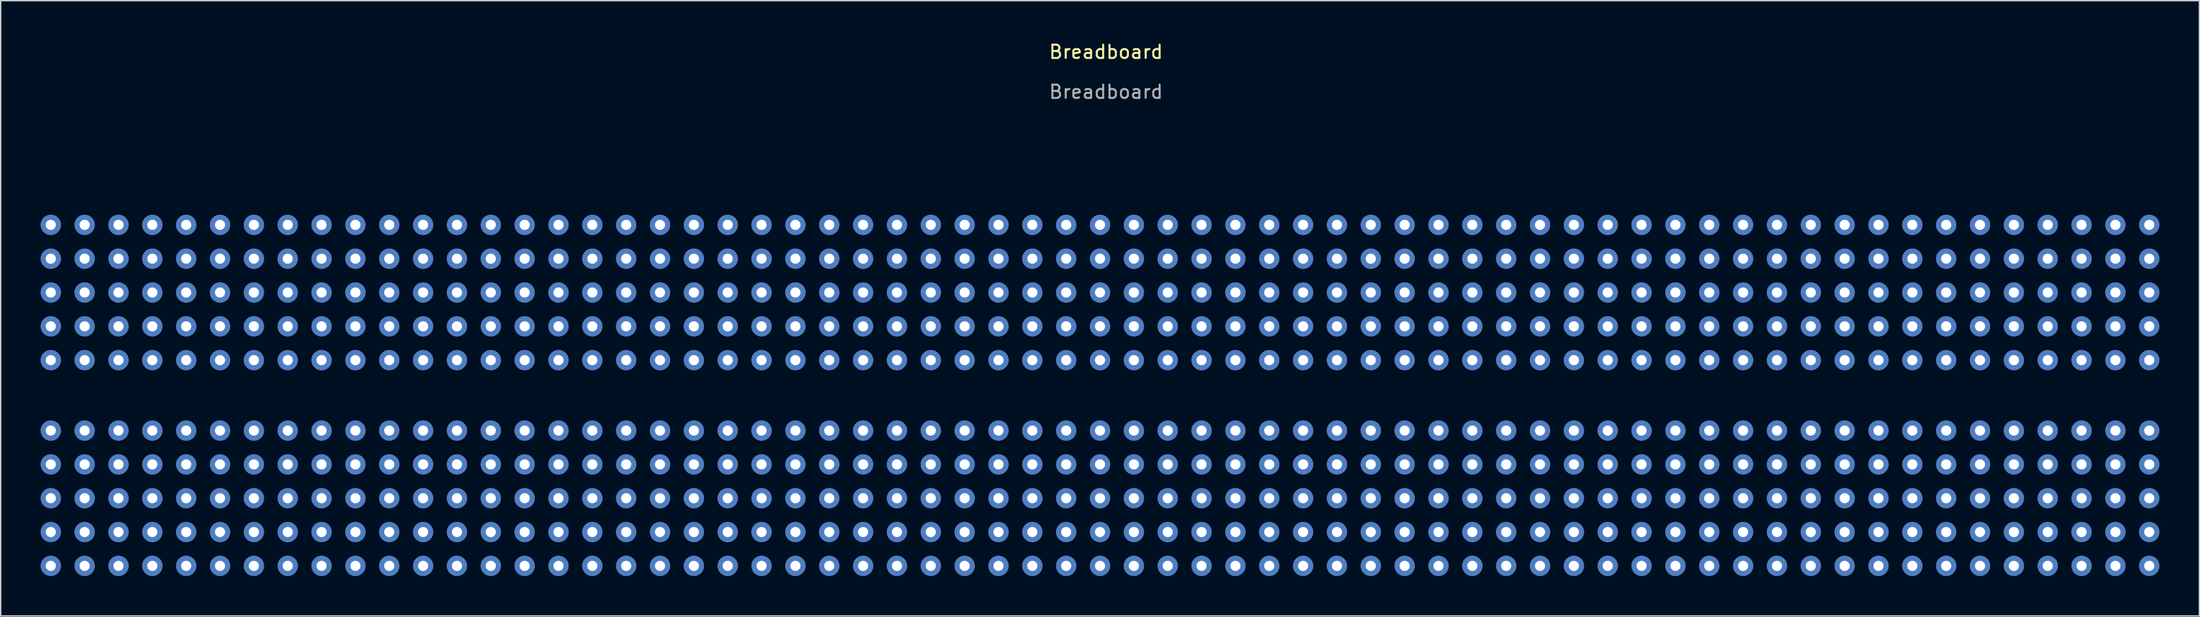
<source format=kicad_pcb>
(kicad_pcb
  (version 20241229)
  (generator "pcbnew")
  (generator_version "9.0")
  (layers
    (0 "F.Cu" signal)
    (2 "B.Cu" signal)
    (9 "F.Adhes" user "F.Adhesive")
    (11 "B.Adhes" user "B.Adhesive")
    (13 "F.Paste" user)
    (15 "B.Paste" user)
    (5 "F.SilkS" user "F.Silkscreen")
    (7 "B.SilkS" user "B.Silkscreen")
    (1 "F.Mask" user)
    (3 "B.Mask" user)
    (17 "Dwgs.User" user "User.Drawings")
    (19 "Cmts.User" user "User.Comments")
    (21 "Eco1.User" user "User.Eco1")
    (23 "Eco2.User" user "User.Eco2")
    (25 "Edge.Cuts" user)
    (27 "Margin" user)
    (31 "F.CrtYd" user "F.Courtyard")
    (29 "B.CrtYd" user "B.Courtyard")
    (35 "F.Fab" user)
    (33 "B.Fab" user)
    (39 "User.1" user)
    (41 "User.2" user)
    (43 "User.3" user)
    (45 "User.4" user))
  (footprint "Breadboard"
    (layer "F.Cu")
    (at 79.952 1.348)
    (property "Reference" "Breadboard" (at 0 -0.5 0) (unlocked yes) (layer "F.SilkS") (effects (font (size 1 1) (thickness 0.15))))
    (attr through_hole)
    (fp_text user "${REFERENCE}" (at 0 2.5 0) (unlocked yes) (layer "F.Fab") (effects (font (size 1 1) (thickness 0.15))))
    (pad "1" thru_hole circle (at -79.19 12.49) (size 1.524 1.524) (drill 0.762) (layers "*.Cu" "*.Mask"))
    (pad "1" thru_hole circle (at -79.19 27.94) (size 1.524 1.524) (drill 0.762) (layers "*.Cu" "*.Mask"))
    (pad "2" thru_hole circle (at -76.65 12.49) (size 1.524 1.524) (drill 0.762) (layers "*.Cu" "*.Mask"))
    (pad "2" thru_hole circle (at -76.65 27.94) (size 1.524 1.524) (drill 0.762) (layers "*.Cu" "*.Mask"))
    (pad "3" thru_hole circle (at -74.11 12.49) (size 1.524 1.524) (drill 0.762) (layers "*.Cu" "*.Mask"))
    (pad "3" thru_hole circle (at -74.11 27.94) (size 1.524 1.524) (drill 0.762) (layers "*.Cu" "*.Mask"))
    (pad "4" thru_hole circle (at -71.57 12.49) (size 1.524 1.524) (drill 0.762) (layers "*.Cu" "*.Mask"))
    (pad "4" thru_hole circle (at -71.57 27.94) (size 1.524 1.524) (drill 0.762) (layers "*.Cu" "*.Mask"))
    (pad "5" thru_hole circle (at -69.03 12.49) (size 1.524 1.524) (drill 0.762) (layers "*.Cu" "*.Mask"))
    (pad "5" thru_hole circle (at -69.03 27.94) (size 1.524 1.524) (drill 0.762) (layers "*.Cu" "*.Mask"))
    (pad "6" thru_hole circle (at -66.49 12.49) (size 1.524 1.524) (drill 0.762) (layers "*.Cu" "*.Mask"))
    (pad "6" thru_hole circle (at -66.49 27.94) (size 1.524 1.524) (drill 0.762) (layers "*.Cu" "*.Mask"))
    (pad "7" thru_hole circle (at -63.95 12.49) (size 1.524 1.524) (drill 0.762) (layers "*.Cu" "*.Mask"))
    (pad "7" thru_hole circle (at -63.95 27.94) (size 1.524 1.524) (drill 0.762) (layers "*.Cu" "*.Mask"))
    (pad "8" thru_hole circle (at -61.41 12.49) (size 1.524 1.524) (drill 0.762) (layers "*.Cu" "*.Mask"))
    (pad "8" thru_hole circle (at -61.41 27.94) (size 1.524 1.524) (drill 0.762) (layers "*.Cu" "*.Mask"))
    (pad "9" thru_hole circle (at -58.87 12.49) (size 1.524 1.524) (drill 0.762) (layers "*.Cu" "*.Mask"))
    (pad "9" thru_hole circle (at -58.87 27.94) (size 1.524 1.524) (drill 0.762) (layers "*.Cu" "*.Mask"))
    (pad "10" thru_hole circle (at -56.33 12.49) (size 1.524 1.524) (drill 0.762) (layers "*.Cu" "*.Mask"))
    (pad "10" thru_hole circle (at -56.33 27.94) (size 1.524 1.524) (drill 0.762) (layers "*.Cu" "*.Mask"))
    (pad "11" thru_hole circle (at -53.79 12.49) (size 1.524 1.524) (drill 0.762) (layers "*.Cu" "*.Mask"))
    (pad "11" thru_hole circle (at -53.79 27.94) (size 1.524 1.524) (drill 0.762) (layers "*.Cu" "*.Mask"))
    (pad "12" thru_hole circle (at -51.25 12.49) (size 1.524 1.524) (drill 0.762) (layers "*.Cu" "*.Mask"))
    (pad "12" thru_hole circle (at -51.25 27.94) (size 1.524 1.524) (drill 0.762) (layers "*.Cu" "*.Mask"))
    (pad "13" thru_hole circle (at -48.71 12.49) (size 1.524 1.524) (drill 0.762) (layers "*.Cu" "*.Mask"))
    (pad "13" thru_hole circle (at -48.71 27.94) (size 1.524 1.524) (drill 0.762) (layers "*.Cu" "*.Mask"))
    (pad "14" thru_hole circle (at -46.17 12.49) (size 1.524 1.524) (drill 0.762) (layers "*.Cu" "*.Mask"))
    (pad "14" thru_hole circle (at -46.17 27.94) (size 1.524 1.524) (drill 0.762) (layers "*.Cu" "*.Mask"))
    (pad "15" thru_hole circle (at -43.63 12.49) (size 1.524 1.524) (drill 0.762) (layers "*.Cu" "*.Mask"))
    (pad "15" thru_hole circle (at -43.63 27.94) (size 1.524 1.524) (drill 0.762) (layers "*.Cu" "*.Mask"))
    (pad "16" thru_hole circle (at -41.09 12.49) (size 1.524 1.524) (drill 0.762) (layers "*.Cu" "*.Mask"))
    (pad "16" thru_hole circle (at -41.09 27.94) (size 1.524 1.524) (drill 0.762) (layers "*.Cu" "*.Mask"))
    (pad "17" thru_hole circle (at -38.55 12.49) (size 1.524 1.524) (drill 0.762) (layers "*.Cu" "*.Mask"))
    (pad "17" thru_hole circle (at -38.55 27.94) (size 1.524 1.524) (drill 0.762) (layers "*.Cu" "*.Mask"))
    (pad "18" thru_hole circle (at -36.01 12.49) (size 1.524 1.524) (drill 0.762) (layers "*.Cu" "*.Mask"))
    (pad "18" thru_hole circle (at -36.01 27.94) (size 1.524 1.524) (drill 0.762) (layers "*.Cu" "*.Mask"))
    (pad "19" thru_hole circle (at -33.47 12.49) (size 1.524 1.524) (drill 0.762) (layers "*.Cu" "*.Mask"))
    (pad "19" thru_hole circle (at -33.47 27.94) (size 1.524 1.524) (drill 0.762) (layers "*.Cu" "*.Mask"))
    (pad "20" thru_hole circle (at -30.93 12.49) (size 1.524 1.524) (drill 0.762) (layers "*.Cu" "*.Mask"))
    (pad "20" thru_hole circle (at -30.93 27.94) (size 1.524 1.524) (drill 0.762) (layers "*.Cu" "*.Mask"))
    (pad "21" thru_hole circle (at -28.39 12.49) (size 1.524 1.524) (drill 0.762) (layers "*.Cu" "*.Mask"))
    (pad "21" thru_hole circle (at -28.39 27.94) (size 1.524 1.524) (drill 0.762) (layers "*.Cu" "*.Mask"))
    (pad "22" thru_hole circle (at -25.85 12.49) (size 1.524 1.524) (drill 0.762) (layers "*.Cu" "*.Mask"))
    (pad "22" thru_hole circle (at -25.85 27.94) (size 1.524 1.524) (drill 0.762) (layers "*.Cu" "*.Mask"))
    (pad "23" thru_hole circle (at -23.31 12.49) (size 1.524 1.524) (drill 0.762) (layers "*.Cu" "*.Mask"))
    (pad "23" thru_hole circle (at -23.31 27.94) (size 1.524 1.524) (drill 0.762) (layers "*.Cu" "*.Mask"))
    (pad "24" thru_hole circle (at -20.77 12.49) (size 1.524 1.524) (drill 0.762) (layers "*.Cu" "*.Mask"))
    (pad "24" thru_hole circle (at -20.77 27.94) (size 1.524 1.524) (drill 0.762) (layers "*.Cu" "*.Mask"))
    (pad "25" thru_hole circle (at -18.23 12.49) (size 1.524 1.524) (drill 0.762) (layers "*.Cu" "*.Mask"))
    (pad "25" thru_hole circle (at -18.23 27.94) (size 1.524 1.524) (drill 0.762) (layers "*.Cu" "*.Mask"))
    (pad "26" thru_hole circle (at -15.69 12.49) (size 1.524 1.524) (drill 0.762) (layers "*.Cu" "*.Mask"))
    (pad "26" thru_hole circle (at -15.69 27.94) (size 1.524 1.524) (drill 0.762) (layers "*.Cu" "*.Mask"))
    (pad "27" thru_hole circle (at -13.15 12.49) (size 1.524 1.524) (drill 0.762) (layers "*.Cu" "*.Mask"))
    (pad "27" thru_hole circle (at -13.15 27.94) (size 1.524 1.524) (drill 0.762) (layers "*.Cu" "*.Mask"))
    (pad "28" thru_hole circle (at -10.61 12.49) (size 1.524 1.524) (drill 0.762) (layers "*.Cu" "*.Mask"))
    (pad "28" thru_hole circle (at -10.61 27.94) (size 1.524 1.524) (drill 0.762) (layers "*.Cu" "*.Mask"))
    (pad "29" thru_hole circle (at -8.07 12.49) (size 1.524 1.524) (drill 0.762) (layers "*.Cu" "*.Mask"))
    (pad "29" thru_hole circle (at -8.07 27.94) (size 1.524 1.524) (drill 0.762) (layers "*.Cu" "*.Mask"))
    (pad "30" thru_hole circle (at -5.53 12.49) (size 1.524 1.524) (drill 0.762) (layers "*.Cu" "*.Mask"))
    (pad "30" thru_hole circle (at -5.53 27.94) (size 1.524 1.524) (drill 0.762) (layers "*.Cu" "*.Mask"))
    (pad "31" thru_hole circle (at -2.99 12.49) (size 1.524 1.524) (drill 0.762) (layers "*.Cu" "*.Mask"))
    (pad "31" thru_hole circle (at -2.99 27.94) (size 1.524 1.524) (drill 0.762) (layers "*.Cu" "*.Mask"))
    (pad "32" thru_hole circle (at -0.45 12.49) (size 1.524 1.524) (drill 0.762) (layers "*.Cu" "*.Mask"))
    (pad "32" thru_hole circle (at -0.45 27.94) (size 1.524 1.524) (drill 0.762) (layers "*.Cu" "*.Mask"))
    (pad "33" thru_hole circle (at 2.09 12.49) (size 1.524 1.524) (drill 0.762) (layers "*.Cu" "*.Mask"))
    (pad "33" thru_hole circle (at 2.09 27.94) (size 1.524 1.524) (drill 0.762) (layers "*.Cu" "*.Mask"))
    (pad "34" thru_hole circle (at 4.63 12.49) (size 1.524 1.524) (drill 0.762) (layers "*.Cu" "*.Mask"))
    (pad "34" thru_hole circle (at 4.63 27.94) (size 1.524 1.524) (drill 0.762) (layers "*.Cu" "*.Mask"))
    (pad "35" thru_hole circle (at 7.17 12.49) (size 1.524 1.524) (drill 0.762) (layers "*.Cu" "*.Mask"))
    (pad "35" thru_hole circle (at 7.17 27.94) (size 1.524 1.524) (drill 0.762) (layers "*.Cu" "*.Mask"))
    (pad "36" thru_hole circle (at 9.71 12.49) (size 1.524 1.524) (drill 0.762) (layers "*.Cu" "*.Mask"))
    (pad "36" thru_hole circle (at 9.71 27.94) (size 1.524 1.524) (drill 0.762) (layers "*.Cu" "*.Mask"))
    (pad "37" thru_hole circle (at 12.25 12.49) (size 1.524 1.524) (drill 0.762) (layers "*.Cu" "*.Mask"))
    (pad "37" thru_hole circle (at 12.25 27.94) (size 1.524 1.524) (drill 0.762) (layers "*.Cu" "*.Mask"))
    (pad "38" thru_hole circle (at 14.79 12.49) (size 1.524 1.524) (drill 0.762) (layers "*.Cu" "*.Mask"))
    (pad "38" thru_hole circle (at 14.79 27.94) (size 1.524 1.524) (drill 0.762) (layers "*.Cu" "*.Mask"))
    (pad "39" thru_hole circle (at 17.33 12.49) (size 1.524 1.524) (drill 0.762) (layers "*.Cu" "*.Mask"))
    (pad "39" thru_hole circle (at 17.33 27.94) (size 1.524 1.524) (drill 0.762) (layers "*.Cu" "*.Mask"))
    (pad "40" thru_hole circle (at 19.87 12.49) (size 1.524 1.524) (drill 0.762) (layers "*.Cu" "*.Mask"))
    (pad "40" thru_hole circle (at 19.87 27.94) (size 1.524 1.524) (drill 0.762) (layers "*.Cu" "*.Mask"))
    (pad "41" thru_hole circle (at 22.41 12.49) (size 1.524 1.524) (drill 0.762) (layers "*.Cu" "*.Mask"))
    (pad "41" thru_hole circle (at 22.41 27.94) (size 1.524 1.524) (drill 0.762) (layers "*.Cu" "*.Mask"))
    (pad "42" thru_hole circle (at 24.95 12.49) (size 1.524 1.524) (drill 0.762) (layers "*.Cu" "*.Mask"))
    (pad "42" thru_hole circle (at 24.95 27.94) (size 1.524 1.524) (drill 0.762) (layers "*.Cu" "*.Mask"))
    (pad "43" thru_hole circle (at 27.49 12.49) (size 1.524 1.524) (drill 0.762) (layers "*.Cu" "*.Mask"))
    (pad "43" thru_hole circle (at 27.49 27.94) (size 1.524 1.524) (drill 0.762) (layers "*.Cu" "*.Mask"))
    (pad "44" thru_hole circle (at 30.03 12.49) (size 1.524 1.524) (drill 0.762) (layers "*.Cu" "*.Mask"))
    (pad "44" thru_hole circle (at 30.03 27.94) (size 1.524 1.524) (drill 0.762) (layers "*.Cu" "*.Mask"))
    (pad "45" thru_hole circle (at 32.57 12.49) (size 1.524 1.524) (drill 0.762) (layers "*.Cu" "*.Mask"))
    (pad "45" thru_hole circle (at 32.57 27.94) (size 1.524 1.524) (drill 0.762) (layers "*.Cu" "*.Mask"))
    (pad "46" thru_hole circle (at 35.11 12.49) (size 1.524 1.524) (drill 0.762) (layers "*.Cu" "*.Mask"))
    (pad "46" thru_hole circle (at 35.11 27.94) (size 1.524 1.524) (drill 0.762) (layers "*.Cu" "*.Mask"))
    (pad "47" thru_hole circle (at 37.65 12.49) (size 1.524 1.524) (drill 0.762) (layers "*.Cu" "*.Mask"))
    (pad "47" thru_hole circle (at 37.65 27.94) (size 1.524 1.524) (drill 0.762) (layers "*.Cu" "*.Mask"))
    (pad "48" thru_hole circle (at 40.19 12.49) (size 1.524 1.524) (drill 0.762) (layers "*.Cu" "*.Mask"))
    (pad "48" thru_hole circle (at 40.19 27.94) (size 1.524 1.524) (drill 0.762) (layers "*.Cu" "*.Mask"))
    (pad "49" thru_hole circle (at 42.73 12.49) (size 1.524 1.524) (drill 0.762) (layers "*.Cu" "*.Mask"))
    (pad "49" thru_hole circle (at 42.73 27.94) (size 1.524 1.524) (drill 0.762) (layers "*.Cu" "*.Mask"))
    (pad "50" thru_hole circle (at 45.27 12.49) (size 1.524 1.524) (drill 0.762) (layers "*.Cu" "*.Mask"))
    (pad "50" thru_hole circle (at 45.27 27.94) (size 1.524 1.524) (drill 0.762) (layers "*.Cu" "*.Mask"))
    (pad "51" thru_hole circle (at 47.81 12.49) (size 1.524 1.524) (drill 0.762) (layers "*.Cu" "*.Mask"))
    (pad "51" thru_hole circle (at 47.81 27.94) (size 1.524 1.524) (drill 0.762) (layers "*.Cu" "*.Mask"))
    (pad "52" thru_hole circle (at 50.35 12.49) (size 1.524 1.524) (drill 0.762) (layers "*.Cu" "*.Mask"))
    (pad "52" thru_hole circle (at 50.35 27.94) (size 1.524 1.524) (drill 0.762) (layers "*.Cu" "*.Mask"))
    (pad "53" thru_hole circle (at 52.89 12.49) (size 1.524 1.524) (drill 0.762) (layers "*.Cu" "*.Mask"))
    (pad "53" thru_hole circle (at 52.89 27.94) (size 1.524 1.524) (drill 0.762) (layers "*.Cu" "*.Mask"))
    (pad "54" thru_hole circle (at 55.43 12.49) (size 1.524 1.524) (drill 0.762) (layers "*.Cu" "*.Mask"))
    (pad "54" thru_hole circle (at 55.43 27.94) (size 1.524 1.524) (drill 0.762) (layers "*.Cu" "*.Mask"))
    (pad "55" thru_hole circle (at 57.97 12.49) (size 1.524 1.524) (drill 0.762) (layers "*.Cu" "*.Mask"))
    (pad "55" thru_hole circle (at 57.97 27.94) (size 1.524 1.524) (drill 0.762) (layers "*.Cu" "*.Mask"))
    (pad "56" thru_hole circle (at 60.51 12.49) (size 1.524 1.524) (drill 0.762) (layers "*.Cu" "*.Mask"))
    (pad "56" thru_hole circle (at 60.51 27.94) (size 1.524 1.524) (drill 0.762) (layers "*.Cu" "*.Mask"))
    (pad "57" thru_hole circle (at 63.05 12.49) (size 1.524 1.524) (drill 0.762) (layers "*.Cu" "*.Mask"))
    (pad "57" thru_hole circle (at 63.05 27.94) (size 1.524 1.524) (drill 0.762) (layers "*.Cu" "*.Mask"))
    (pad "58" thru_hole circle (at 65.59 12.49) (size 1.524 1.524) (drill 0.762) (layers "*.Cu" "*.Mask"))
    (pad "58" thru_hole circle (at 65.59 27.94) (size 1.524 1.524) (drill 0.762) (layers "*.Cu" "*.Mask"))
    (pad "59" thru_hole circle (at 68.13 12.49) (size 1.524 1.524) (drill 0.762) (layers "*.Cu" "*.Mask"))
    (pad "59" thru_hole circle (at 68.13 27.94) (size 1.524 1.524) (drill 0.762) (layers "*.Cu" "*.Mask"))
    (pad "60" thru_hole circle (at 70.67 12.49) (size 1.524 1.524) (drill 0.762) (layers "*.Cu" "*.Mask"))
    (pad "60" thru_hole circle (at 70.67 27.94) (size 1.524 1.524) (drill 0.762) (layers "*.Cu" "*.Mask"))
    (pad "61" thru_hole circle (at 73.21 12.49) (size 1.524 1.524) (drill 0.762) (layers "*.Cu" "*.Mask"))
    (pad "61" thru_hole circle (at 73.21 27.94) (size 1.524 1.524) (drill 0.762) (layers "*.Cu" "*.Mask"))
    (pad "62" thru_hole circle (at 75.75 12.49) (size 1.524 1.524) (drill 0.762) (layers "*.Cu" "*.Mask"))
    (pad "62" thru_hole circle (at 75.75 27.94) (size 1.524 1.524) (drill 0.762) (layers "*.Cu" "*.Mask"))
    (pad "63" thru_hole circle (at 78.29 12.49) (size 1.524 1.524) (drill 0.762) (layers "*.Cu" "*.Mask"))
    (pad "63" thru_hole circle (at 78.29 27.94) (size 1.524 1.524) (drill 0.762) (layers "*.Cu" "*.Mask"))
    (pad "64" thru_hole circle (at -79.19 15.03) (size 1.524 1.524) (drill 0.762) (layers "*.Cu" "*.Mask"))
    (pad "64" thru_hole circle (at -79.19 30.48) (size 1.524 1.524) (drill 0.762) (layers "*.Cu" "*.Mask"))
    (pad "65" thru_hole circle (at -76.65 15.03) (size 1.524 1.524) (drill 0.762) (layers "*.Cu" "*.Mask"))
    (pad "65" thru_hole circle (at -76.65 30.48) (size 1.524 1.524) (drill 0.762) (layers "*.Cu" "*.Mask"))
    (pad "66" thru_hole circle (at -74.11 15.03) (size 1.524 1.524) (drill 0.762) (layers "*.Cu" "*.Mask"))
    (pad "66" thru_hole circle (at -74.11 30.48) (size 1.524 1.524) (drill 0.762) (layers "*.Cu" "*.Mask"))
    (pad "67" thru_hole circle (at -71.57 15.03) (size 1.524 1.524) (drill 0.762) (layers "*.Cu" "*.Mask"))
    (pad "67" thru_hole circle (at -71.57 30.48) (size 1.524 1.524) (drill 0.762) (layers "*.Cu" "*.Mask"))
    (pad "68" thru_hole circle (at -69.03 15.03) (size 1.524 1.524) (drill 0.762) (layers "*.Cu" "*.Mask"))
    (pad "68" thru_hole circle (at -69.03 30.48) (size 1.524 1.524) (drill 0.762) (layers "*.Cu" "*.Mask"))
    (pad "69" thru_hole circle (at -66.49 15.03) (size 1.524 1.524) (drill 0.762) (layers "*.Cu" "*.Mask"))
    (pad "69" thru_hole circle (at -66.49 30.48) (size 1.524 1.524) (drill 0.762) (layers "*.Cu" "*.Mask"))
    (pad "70" thru_hole circle (at -63.95 15.03) (size 1.524 1.524) (drill 0.762) (layers "*.Cu" "*.Mask"))
    (pad "70" thru_hole circle (at -63.95 30.48) (size 1.524 1.524) (drill 0.762) (layers "*.Cu" "*.Mask"))
    (pad "71" thru_hole circle (at -61.41 15.03) (size 1.524 1.524) (drill 0.762) (layers "*.Cu" "*.Mask"))
    (pad "71" thru_hole circle (at -61.41 30.48) (size 1.524 1.524) (drill 0.762) (layers "*.Cu" "*.Mask"))
    (pad "72" thru_hole circle (at -58.87 15.03) (size 1.524 1.524) (drill 0.762) (layers "*.Cu" "*.Mask"))
    (pad "72" thru_hole circle (at -58.87 30.48) (size 1.524 1.524) (drill 0.762) (layers "*.Cu" "*.Mask"))
    (pad "73" thru_hole circle (at -56.33 15.03) (size 1.524 1.524) (drill 0.762) (layers "*.Cu" "*.Mask"))
    (pad "73" thru_hole circle (at -56.33 30.48) (size 1.524 1.524) (drill 0.762) (layers "*.Cu" "*.Mask"))
    (pad "74" thru_hole circle (at -53.79 15.03) (size 1.524 1.524) (drill 0.762) (layers "*.Cu" "*.Mask"))
    (pad "74" thru_hole circle (at -53.79 30.48) (size 1.524 1.524) (drill 0.762) (layers "*.Cu" "*.Mask"))
    (pad "75" thru_hole circle (at -51.25 15.03) (size 1.524 1.524) (drill 0.762) (layers "*.Cu" "*.Mask"))
    (pad "75" thru_hole circle (at -51.25 30.48) (size 1.524 1.524) (drill 0.762) (layers "*.Cu" "*.Mask"))
    (pad "76" thru_hole circle (at -48.71 15.03) (size 1.524 1.524) (drill 0.762) (layers "*.Cu" "*.Mask"))
    (pad "76" thru_hole circle (at -48.71 30.48) (size 1.524 1.524) (drill 0.762) (layers "*.Cu" "*.Mask"))
    (pad "77" thru_hole circle (at -46.17 15.03) (size 1.524 1.524) (drill 0.762) (layers "*.Cu" "*.Mask"))
    (pad "77" thru_hole circle (at -46.17 30.48) (size 1.524 1.524) (drill 0.762) (layers "*.Cu" "*.Mask"))
    (pad "78" thru_hole circle (at -43.63 15.03) (size 1.524 1.524) (drill 0.762) (layers "*.Cu" "*.Mask"))
    (pad "78" thru_hole circle (at -43.63 30.48) (size 1.524 1.524) (drill 0.762) (layers "*.Cu" "*.Mask"))
    (pad "79" thru_hole circle (at -41.09 15.03) (size 1.524 1.524) (drill 0.762) (layers "*.Cu" "*.Mask"))
    (pad "79" thru_hole circle (at -41.09 30.48) (size 1.524 1.524) (drill 0.762) (layers "*.Cu" "*.Mask"))
    (pad "80" thru_hole circle (at -38.55 15.03) (size 1.524 1.524) (drill 0.762) (layers "*.Cu" "*.Mask"))
    (pad "80" thru_hole circle (at -38.55 30.48) (size 1.524 1.524) (drill 0.762) (layers "*.Cu" "*.Mask"))
    (pad "81" thru_hole circle (at -36.01 15.03) (size 1.524 1.524) (drill 0.762) (layers "*.Cu" "*.Mask"))
    (pad "81" thru_hole circle (at -36.01 30.48) (size 1.524 1.524) (drill 0.762) (layers "*.Cu" "*.Mask"))
    (pad "82" thru_hole circle (at -33.47 15.03) (size 1.524 1.524) (drill 0.762) (layers "*.Cu" "*.Mask"))
    (pad "82" thru_hole circle (at -33.47 30.48) (size 1.524 1.524) (drill 0.762) (layers "*.Cu" "*.Mask"))
    (pad "83" thru_hole circle (at -30.93 15.03) (size 1.524 1.524) (drill 0.762) (layers "*.Cu" "*.Mask"))
    (pad "83" thru_hole circle (at -30.93 30.48) (size 1.524 1.524) (drill 0.762) (layers "*.Cu" "*.Mask"))
    (pad "84" thru_hole circle (at -28.39 15.03) (size 1.524 1.524) (drill 0.762) (layers "*.Cu" "*.Mask"))
    (pad "84" thru_hole circle (at -28.39 30.48) (size 1.524 1.524) (drill 0.762) (layers "*.Cu" "*.Mask"))
    (pad "85" thru_hole circle (at -25.85 15.03) (size 1.524 1.524) (drill 0.762) (layers "*.Cu" "*.Mask"))
    (pad "85" thru_hole circle (at -25.85 30.48) (size 1.524 1.524) (drill 0.762) (layers "*.Cu" "*.Mask"))
    (pad "86" thru_hole circle (at -23.31 15.03) (size 1.524 1.524) (drill 0.762) (layers "*.Cu" "*.Mask"))
    (pad "86" thru_hole circle (at -23.31 30.48) (size 1.524 1.524) (drill 0.762) (layers "*.Cu" "*.Mask"))
    (pad "87" thru_hole circle (at -20.77 15.03) (size 1.524 1.524) (drill 0.762) (layers "*.Cu" "*.Mask"))
    (pad "87" thru_hole circle (at -20.77 30.48) (size 1.524 1.524) (drill 0.762) (layers "*.Cu" "*.Mask"))
    (pad "88" thru_hole circle (at -18.23 15.03) (size 1.524 1.524) (drill 0.762) (layers "*.Cu" "*.Mask"))
    (pad "88" thru_hole circle (at -18.23 30.48) (size 1.524 1.524) (drill 0.762) (layers "*.Cu" "*.Mask"))
    (pad "89" thru_hole circle (at -15.69 15.03) (size 1.524 1.524) (drill 0.762) (layers "*.Cu" "*.Mask"))
    (pad "89" thru_hole circle (at -15.69 30.48) (size 1.524 1.524) (drill 0.762) (layers "*.Cu" "*.Mask"))
    (pad "90" thru_hole circle (at -13.15 15.03) (size 1.524 1.524) (drill 0.762) (layers "*.Cu" "*.Mask"))
    (pad "90" thru_hole circle (at -13.15 30.48) (size 1.524 1.524) (drill 0.762) (layers "*.Cu" "*.Mask"))
    (pad "91" thru_hole circle (at -10.61 15.03) (size 1.524 1.524) (drill 0.762) (layers "*.Cu" "*.Mask"))
    (pad "91" thru_hole circle (at -10.61 30.48) (size 1.524 1.524) (drill 0.762) (layers "*.Cu" "*.Mask"))
    (pad "92" thru_hole circle (at -8.07 15.03) (size 1.524 1.524) (drill 0.762) (layers "*.Cu" "*.Mask"))
    (pad "92" thru_hole circle (at -8.07 30.48) (size 1.524 1.524) (drill 0.762) (layers "*.Cu" "*.Mask"))
    (pad "93" thru_hole circle (at -5.53 15.03) (size 1.524 1.524) (drill 0.762) (layers "*.Cu" "*.Mask"))
    (pad "93" thru_hole circle (at -5.53 30.48) (size 1.524 1.524) (drill 0.762) (layers "*.Cu" "*.Mask"))
    (pad "94" thru_hole circle (at -2.99 15.03) (size 1.524 1.524) (drill 0.762) (layers "*.Cu" "*.Mask"))
    (pad "94" thru_hole circle (at -2.99 30.48) (size 1.524 1.524) (drill 0.762) (layers "*.Cu" "*.Mask"))
    (pad "95" thru_hole circle (at -0.45 15.03) (size 1.524 1.524) (drill 0.762) (layers "*.Cu" "*.Mask"))
    (pad "95" thru_hole circle (at -0.45 30.48) (size 1.524 1.524) (drill 0.762) (layers "*.Cu" "*.Mask"))
    (pad "96" thru_hole circle (at 2.09 15.03) (size 1.524 1.524) (drill 0.762) (layers "*.Cu" "*.Mask"))
    (pad "96" thru_hole circle (at 2.09 30.48) (size 1.524 1.524) (drill 0.762) (layers "*.Cu" "*.Mask"))
    (pad "97" thru_hole circle (at 4.63 15.03) (size 1.524 1.524) (drill 0.762) (layers "*.Cu" "*.Mask"))
    (pad "97" thru_hole circle (at 4.63 30.48) (size 1.524 1.524) (drill 0.762) (layers "*.Cu" "*.Mask"))
    (pad "98" thru_hole circle (at 7.17 15.03) (size 1.524 1.524) (drill 0.762) (layers "*.Cu" "*.Mask"))
    (pad "98" thru_hole circle (at 7.17 30.48) (size 1.524 1.524) (drill 0.762) (layers "*.Cu" "*.Mask"))
    (pad "99" thru_hole circle (at 9.71 15.03) (size 1.524 1.524) (drill 0.762) (layers "*.Cu" "*.Mask"))
    (pad "99" thru_hole circle (at 9.71 30.48) (size 1.524 1.524) (drill 0.762) (layers "*.Cu" "*.Mask"))
    (pad "100" thru_hole circle (at 12.25 15.03) (size 1.524 1.524) (drill 0.762) (layers "*.Cu" "*.Mask"))
    (pad "100" thru_hole circle (at 12.25 30.48) (size 1.524 1.524) (drill 0.762) (layers "*.Cu" "*.Mask"))
    (pad "101" thru_hole circle (at 14.79 15.03) (size 1.524 1.524) (drill 0.762) (layers "*.Cu" "*.Mask"))
    (pad "101" thru_hole circle (at 14.79 30.48) (size 1.524 1.524) (drill 0.762) (layers "*.Cu" "*.Mask"))
    (pad "102" thru_hole circle (at 17.33 15.03) (size 1.524 1.524) (drill 0.762) (layers "*.Cu" "*.Mask"))
    (pad "102" thru_hole circle (at 17.33 30.48) (size 1.524 1.524) (drill 0.762) (layers "*.Cu" "*.Mask"))
    (pad "103" thru_hole circle (at 19.87 15.03) (size 1.524 1.524) (drill 0.762) (layers "*.Cu" "*.Mask"))
    (pad "103" thru_hole circle (at 19.87 30.48) (size 1.524 1.524) (drill 0.762) (layers "*.Cu" "*.Mask"))
    (pad "104" thru_hole circle (at 22.41 15.03) (size 1.524 1.524) (drill 0.762) (layers "*.Cu" "*.Mask"))
    (pad "104" thru_hole circle (at 22.41 30.48) (size 1.524 1.524) (drill 0.762) (layers "*.Cu" "*.Mask"))
    (pad "105" thru_hole circle (at 24.95 15.03) (size 1.524 1.524) (drill 0.762) (layers "*.Cu" "*.Mask"))
    (pad "105" thru_hole circle (at 24.95 30.48) (size 1.524 1.524) (drill 0.762) (layers "*.Cu" "*.Mask"))
    (pad "106" thru_hole circle (at 27.49 15.03) (size 1.524 1.524) (drill 0.762) (layers "*.Cu" "*.Mask"))
    (pad "106" thru_hole circle (at 27.49 30.48) (size 1.524 1.524) (drill 0.762) (layers "*.Cu" "*.Mask"))
    (pad "107" thru_hole circle (at 30.03 15.03) (size 1.524 1.524) (drill 0.762) (layers "*.Cu" "*.Mask"))
    (pad "107" thru_hole circle (at 30.03 30.48) (size 1.524 1.524) (drill 0.762) (layers "*.Cu" "*.Mask"))
    (pad "108" thru_hole circle (at 32.57 15.03) (size 1.524 1.524) (drill 0.762) (layers "*.Cu" "*.Mask"))
    (pad "108" thru_hole circle (at 32.57 30.48) (size 1.524 1.524) (drill 0.762) (layers "*.Cu" "*.Mask"))
    (pad "109" thru_hole circle (at 35.11 15.03) (size 1.524 1.524) (drill 0.762) (layers "*.Cu" "*.Mask"))
    (pad "109" thru_hole circle (at 35.11 30.48) (size 1.524 1.524) (drill 0.762) (layers "*.Cu" "*.Mask"))
    (pad "110" thru_hole circle (at 37.65 15.03) (size 1.524 1.524) (drill 0.762) (layers "*.Cu" "*.Mask"))
    (pad "110" thru_hole circle (at 37.65 30.48) (size 1.524 1.524) (drill 0.762) (layers "*.Cu" "*.Mask"))
    (pad "111" thru_hole circle (at 40.19 15.03) (size 1.524 1.524) (drill 0.762) (layers "*.Cu" "*.Mask"))
    (pad "111" thru_hole circle (at 40.19 30.48) (size 1.524 1.524) (drill 0.762) (layers "*.Cu" "*.Mask"))
    (pad "112" thru_hole circle (at 42.73 15.03) (size 1.524 1.524) (drill 0.762) (layers "*.Cu" "*.Mask"))
    (pad "112" thru_hole circle (at 42.73 30.48) (size 1.524 1.524) (drill 0.762) (layers "*.Cu" "*.Mask"))
    (pad "113" thru_hole circle (at 45.27 15.03) (size 1.524 1.524) (drill 0.762) (layers "*.Cu" "*.Mask"))
    (pad "113" thru_hole circle (at 45.27 30.48) (size 1.524 1.524) (drill 0.762) (layers "*.Cu" "*.Mask"))
    (pad "114" thru_hole circle (at 47.81 15.03) (size 1.524 1.524) (drill 0.762) (layers "*.Cu" "*.Mask"))
    (pad "114" thru_hole circle (at 47.81 30.48) (size 1.524 1.524) (drill 0.762) (layers "*.Cu" "*.Mask"))
    (pad "115" thru_hole circle (at 50.35 15.03) (size 1.524 1.524) (drill 0.762) (layers "*.Cu" "*.Mask"))
    (pad "115" thru_hole circle (at 50.35 30.48) (size 1.524 1.524) (drill 0.762) (layers "*.Cu" "*.Mask"))
    (pad "116" thru_hole circle (at 52.89 15.03) (size 1.524 1.524) (drill 0.762) (layers "*.Cu" "*.Mask"))
    (pad "116" thru_hole circle (at 52.89 30.48) (size 1.524 1.524) (drill 0.762) (layers "*.Cu" "*.Mask"))
    (pad "117" thru_hole circle (at 55.43 15.03) (size 1.524 1.524) (drill 0.762) (layers "*.Cu" "*.Mask"))
    (pad "117" thru_hole circle (at 55.43 30.48) (size 1.524 1.524) (drill 0.762) (layers "*.Cu" "*.Mask"))
    (pad "118" thru_hole circle (at 57.97 15.03) (size 1.524 1.524) (drill 0.762) (layers "*.Cu" "*.Mask"))
    (pad "118" thru_hole circle (at 57.97 30.48) (size 1.524 1.524) (drill 0.762) (layers "*.Cu" "*.Mask"))
    (pad "119" thru_hole circle (at 60.51 15.03) (size 1.524 1.524) (drill 0.762) (layers "*.Cu" "*.Mask"))
    (pad "119" thru_hole circle (at 60.51 30.48) (size 1.524 1.524) (drill 0.762) (layers "*.Cu" "*.Mask"))
    (pad "120" thru_hole circle (at 63.05 15.03) (size 1.524 1.524) (drill 0.762) (layers "*.Cu" "*.Mask"))
    (pad "120" thru_hole circle (at 63.05 30.48) (size 1.524 1.524) (drill 0.762) (layers "*.Cu" "*.Mask"))
    (pad "121" thru_hole circle (at 65.59 15.03) (size 1.524 1.524) (drill 0.762) (layers "*.Cu" "*.Mask"))
    (pad "121" thru_hole circle (at 65.59 30.48) (size 1.524 1.524) (drill 0.762) (layers "*.Cu" "*.Mask"))
    (pad "122" thru_hole circle (at 68.13 15.03) (size 1.524 1.524) (drill 0.762) (layers "*.Cu" "*.Mask"))
    (pad "122" thru_hole circle (at 68.13 30.48) (size 1.524 1.524) (drill 0.762) (layers "*.Cu" "*.Mask"))
    (pad "123" thru_hole circle (at 70.67 15.03) (size 1.524 1.524) (drill 0.762) (layers "*.Cu" "*.Mask"))
    (pad "123" thru_hole circle (at 70.67 30.48) (size 1.524 1.524) (drill 0.762) (layers "*.Cu" "*.Mask"))
    (pad "124" thru_hole circle (at 73.21 15.03) (size 1.524 1.524) (drill 0.762) (layers "*.Cu" "*.Mask"))
    (pad "124" thru_hole circle (at 73.21 30.48) (size 1.524 1.524) (drill 0.762) (layers "*.Cu" "*.Mask"))
    (pad "125" thru_hole circle (at 75.75 15.03) (size 1.524 1.524) (drill 0.762) (layers "*.Cu" "*.Mask"))
    (pad "125" thru_hole circle (at 75.75 30.48) (size 1.524 1.524) (drill 0.762) (layers "*.Cu" "*.Mask"))
    (pad "126" thru_hole circle (at 78.29 15.03) (size 1.524 1.524) (drill 0.762) (layers "*.Cu" "*.Mask"))
    (pad "126" thru_hole circle (at 78.29 30.48) (size 1.524 1.524) (drill 0.762) (layers "*.Cu" "*.Mask"))
    (pad "127" thru_hole circle (at -79.19 17.57) (size 1.524 1.524) (drill 0.762) (layers "*.Cu" "*.Mask"))
    (pad "127" thru_hole circle (at -79.19 33.02) (size 1.524 1.524) (drill 0.762) (layers "*.Cu" "*.Mask"))
    (pad "128" thru_hole circle (at -76.65 17.57) (size 1.524 1.524) (drill 0.762) (layers "*.Cu" "*.Mask"))
    (pad "128" thru_hole circle (at -76.65 33.02) (size 1.524 1.524) (drill 0.762) (layers "*.Cu" "*.Mask"))
    (pad "129" thru_hole circle (at -74.11 17.57) (size 1.524 1.524) (drill 0.762) (layers "*.Cu" "*.Mask"))
    (pad "129" thru_hole circle (at -74.11 33.02) (size 1.524 1.524) (drill 0.762) (layers "*.Cu" "*.Mask"))
    (pad "130" thru_hole circle (at -71.57 17.57) (size 1.524 1.524) (drill 0.762) (layers "*.Cu" "*.Mask"))
    (pad "130" thru_hole circle (at -71.57 33.02) (size 1.524 1.524) (drill 0.762) (layers "*.Cu" "*.Mask"))
    (pad "131" thru_hole circle (at -69.03 17.57) (size 1.524 1.524) (drill 0.762) (layers "*.Cu" "*.Mask"))
    (pad "131" thru_hole circle (at -69.03 33.02) (size 1.524 1.524) (drill 0.762) (layers "*.Cu" "*.Mask"))
    (pad "132" thru_hole circle (at -66.49 17.57) (size 1.524 1.524) (drill 0.762) (layers "*.Cu" "*.Mask"))
    (pad "132" thru_hole circle (at -66.49 33.02) (size 1.524 1.524) (drill 0.762) (layers "*.Cu" "*.Mask"))
    (pad "133" thru_hole circle (at -63.95 17.57) (size 1.524 1.524) (drill 0.762) (layers "*.Cu" "*.Mask"))
    (pad "133" thru_hole circle (at -63.95 33.02) (size 1.524 1.524) (drill 0.762) (layers "*.Cu" "*.Mask"))
    (pad "134" thru_hole circle (at -61.41 17.57) (size 1.524 1.524) (drill 0.762) (layers "*.Cu" "*.Mask"))
    (pad "134" thru_hole circle (at -61.41 33.02) (size 1.524 1.524) (drill 0.762) (layers "*.Cu" "*.Mask"))
    (pad "135" thru_hole circle (at -58.87 17.57) (size 1.524 1.524) (drill 0.762) (layers "*.Cu" "*.Mask"))
    (pad "135" thru_hole circle (at -58.87 33.02) (size 1.524 1.524) (drill 0.762) (layers "*.Cu" "*.Mask"))
    (pad "136" thru_hole circle (at -56.33 17.57) (size 1.524 1.524) (drill 0.762) (layers "*.Cu" "*.Mask"))
    (pad "136" thru_hole circle (at -56.33 33.02) (size 1.524 1.524) (drill 0.762) (layers "*.Cu" "*.Mask"))
    (pad "137" thru_hole circle (at -53.79 17.57) (size 1.524 1.524) (drill 0.762) (layers "*.Cu" "*.Mask"))
    (pad "137" thru_hole circle (at -53.79 33.02) (size 1.524 1.524) (drill 0.762) (layers "*.Cu" "*.Mask"))
    (pad "138" thru_hole circle (at -51.25 17.57) (size 1.524 1.524) (drill 0.762) (layers "*.Cu" "*.Mask"))
    (pad "138" thru_hole circle (at -51.25 33.02) (size 1.524 1.524) (drill 0.762) (layers "*.Cu" "*.Mask"))
    (pad "139" thru_hole circle (at -48.71 17.57) (size 1.524 1.524) (drill 0.762) (layers "*.Cu" "*.Mask"))
    (pad "139" thru_hole circle (at -48.71 33.02) (size 1.524 1.524) (drill 0.762) (layers "*.Cu" "*.Mask"))
    (pad "140" thru_hole circle (at -46.17 17.57) (size 1.524 1.524) (drill 0.762) (layers "*.Cu" "*.Mask"))
    (pad "140" thru_hole circle (at -46.17 33.02) (size 1.524 1.524) (drill 0.762) (layers "*.Cu" "*.Mask"))
    (pad "141" thru_hole circle (at -43.63 17.57) (size 1.524 1.524) (drill 0.762) (layers "*.Cu" "*.Mask"))
    (pad "141" thru_hole circle (at -43.63 33.02) (size 1.524 1.524) (drill 0.762) (layers "*.Cu" "*.Mask"))
    (pad "142" thru_hole circle (at -41.09 17.57) (size 1.524 1.524) (drill 0.762) (layers "*.Cu" "*.Mask"))
    (pad "142" thru_hole circle (at -41.09 33.02) (size 1.524 1.524) (drill 0.762) (layers "*.Cu" "*.Mask"))
    (pad "143" thru_hole circle (at -38.55 17.57) (size 1.524 1.524) (drill 0.762) (layers "*.Cu" "*.Mask"))
    (pad "143" thru_hole circle (at -38.55 33.02) (size 1.524 1.524) (drill 0.762) (layers "*.Cu" "*.Mask"))
    (pad "144" thru_hole circle (at -36.01 17.57) (size 1.524 1.524) (drill 0.762) (layers "*.Cu" "*.Mask"))
    (pad "144" thru_hole circle (at -36.01 33.02) (size 1.524 1.524) (drill 0.762) (layers "*.Cu" "*.Mask"))
    (pad "145" thru_hole circle (at -33.47 17.57) (size 1.524 1.524) (drill 0.762) (layers "*.Cu" "*.Mask"))
    (pad "145" thru_hole circle (at -33.47 33.02) (size 1.524 1.524) (drill 0.762) (layers "*.Cu" "*.Mask"))
    (pad "146" thru_hole circle (at -30.93 17.57) (size 1.524 1.524) (drill 0.762) (layers "*.Cu" "*.Mask"))
    (pad "146" thru_hole circle (at -30.93 33.02) (size 1.524 1.524) (drill 0.762) (layers "*.Cu" "*.Mask"))
    (pad "147" thru_hole circle (at -28.39 17.57) (size 1.524 1.524) (drill 0.762) (layers "*.Cu" "*.Mask"))
    (pad "147" thru_hole circle (at -28.39 33.02) (size 1.524 1.524) (drill 0.762) (layers "*.Cu" "*.Mask"))
    (pad "148" thru_hole circle (at -25.85 17.57) (size 1.524 1.524) (drill 0.762) (layers "*.Cu" "*.Mask"))
    (pad "148" thru_hole circle (at -25.85 33.02) (size 1.524 1.524) (drill 0.762) (layers "*.Cu" "*.Mask"))
    (pad "149" thru_hole circle (at -23.31 17.57) (size 1.524 1.524) (drill 0.762) (layers "*.Cu" "*.Mask"))
    (pad "149" thru_hole circle (at -23.31 33.02) (size 1.524 1.524) (drill 0.762) (layers "*.Cu" "*.Mask"))
    (pad "150" thru_hole circle (at -20.77 17.57) (size 1.524 1.524) (drill 0.762) (layers "*.Cu" "*.Mask"))
    (pad "150" thru_hole circle (at -20.77 33.02) (size 1.524 1.524) (drill 0.762) (layers "*.Cu" "*.Mask"))
    (pad "151" thru_hole circle (at -18.23 17.57) (size 1.524 1.524) (drill 0.762) (layers "*.Cu" "*.Mask"))
    (pad "151" thru_hole circle (at -18.23 33.02) (size 1.524 1.524) (drill 0.762) (layers "*.Cu" "*.Mask"))
    (pad "152" thru_hole circle (at -15.69 17.57) (size 1.524 1.524) (drill 0.762) (layers "*.Cu" "*.Mask"))
    (pad "152" thru_hole circle (at -15.69 33.02) (size 1.524 1.524) (drill 0.762) (layers "*.Cu" "*.Mask"))
    (pad "153" thru_hole circle (at -13.15 17.57) (size 1.524 1.524) (drill 0.762) (layers "*.Cu" "*.Mask"))
    (pad "153" thru_hole circle (at -13.15 33.02) (size 1.524 1.524) (drill 0.762) (layers "*.Cu" "*.Mask"))
    (pad "154" thru_hole circle (at -10.61 17.57) (size 1.524 1.524) (drill 0.762) (layers "*.Cu" "*.Mask"))
    (pad "154" thru_hole circle (at -10.61 33.02) (size 1.524 1.524) (drill 0.762) (layers "*.Cu" "*.Mask"))
    (pad "155" thru_hole circle (at -8.07 17.57) (size 1.524 1.524) (drill 0.762) (layers "*.Cu" "*.Mask"))
    (pad "155" thru_hole circle (at -8.07 33.02) (size 1.524 1.524) (drill 0.762) (layers "*.Cu" "*.Mask"))
    (pad "156" thru_hole circle (at -5.53 17.57) (size 1.524 1.524) (drill 0.762) (layers "*.Cu" "*.Mask"))
    (pad "156" thru_hole circle (at -5.53 33.02) (size 1.524 1.524) (drill 0.762) (layers "*.Cu" "*.Mask"))
    (pad "157" thru_hole circle (at -2.99 17.57) (size 1.524 1.524) (drill 0.762) (layers "*.Cu" "*.Mask"))
    (pad "157" thru_hole circle (at -2.99 33.02) (size 1.524 1.524) (drill 0.762) (layers "*.Cu" "*.Mask"))
    (pad "158" thru_hole circle (at -0.45 17.57) (size 1.524 1.524) (drill 0.762) (layers "*.Cu" "*.Mask"))
    (pad "158" thru_hole circle (at -0.45 33.02) (size 1.524 1.524) (drill 0.762) (layers "*.Cu" "*.Mask"))
    (pad "159" thru_hole circle (at 2.09 17.57) (size 1.524 1.524) (drill 0.762) (layers "*.Cu" "*.Mask"))
    (pad "159" thru_hole circle (at 2.09 33.02) (size 1.524 1.524) (drill 0.762) (layers "*.Cu" "*.Mask"))
    (pad "160" thru_hole circle (at 4.63 17.57) (size 1.524 1.524) (drill 0.762) (layers "*.Cu" "*.Mask"))
    (pad "160" thru_hole circle (at 4.63 33.02) (size 1.524 1.524) (drill 0.762) (layers "*.Cu" "*.Mask"))
    (pad "161" thru_hole circle (at 7.17 17.57) (size 1.524 1.524) (drill 0.762) (layers "*.Cu" "*.Mask"))
    (pad "161" thru_hole circle (at 7.17 33.02) (size 1.524 1.524) (drill 0.762) (layers "*.Cu" "*.Mask"))
    (pad "162" thru_hole circle (at 9.71 17.57) (size 1.524 1.524) (drill 0.762) (layers "*.Cu" "*.Mask"))
    (pad "162" thru_hole circle (at 9.71 33.02) (size 1.524 1.524) (drill 0.762) (layers "*.Cu" "*.Mask"))
    (pad "163" thru_hole circle (at 12.25 17.57) (size 1.524 1.524) (drill 0.762) (layers "*.Cu" "*.Mask"))
    (pad "163" thru_hole circle (at 12.25 33.02) (size 1.524 1.524) (drill 0.762) (layers "*.Cu" "*.Mask"))
    (pad "164" thru_hole circle (at 14.79 17.57) (size 1.524 1.524) (drill 0.762) (layers "*.Cu" "*.Mask"))
    (pad "164" thru_hole circle (at 14.79 33.02) (size 1.524 1.524) (drill 0.762) (layers "*.Cu" "*.Mask"))
    (pad "165" thru_hole circle (at 17.33 17.57) (size 1.524 1.524) (drill 0.762) (layers "*.Cu" "*.Mask"))
    (pad "165" thru_hole circle (at 17.33 33.02) (size 1.524 1.524) (drill 0.762) (layers "*.Cu" "*.Mask"))
    (pad "166" thru_hole circle (at 19.87 17.57) (size 1.524 1.524) (drill 0.762) (layers "*.Cu" "*.Mask"))
    (pad "166" thru_hole circle (at 19.87 33.02) (size 1.524 1.524) (drill 0.762) (layers "*.Cu" "*.Mask"))
    (pad "167" thru_hole circle (at 22.41 17.57) (size 1.524 1.524) (drill 0.762) (layers "*.Cu" "*.Mask"))
    (pad "167" thru_hole circle (at 22.41 33.02) (size 1.524 1.524) (drill 0.762) (layers "*.Cu" "*.Mask"))
    (pad "168" thru_hole circle (at 24.95 17.57) (size 1.524 1.524) (drill 0.762) (layers "*.Cu" "*.Mask"))
    (pad "168" thru_hole circle (at 24.95 33.02) (size 1.524 1.524) (drill 0.762) (layers "*.Cu" "*.Mask"))
    (pad "169" thru_hole circle (at 27.49 17.57) (size 1.524 1.524) (drill 0.762) (layers "*.Cu" "*.Mask"))
    (pad "169" thru_hole circle (at 27.49 33.02) (size 1.524 1.524) (drill 0.762) (layers "*.Cu" "*.Mask"))
    (pad "170" thru_hole circle (at 30.03 17.57) (size 1.524 1.524) (drill 0.762) (layers "*.Cu" "*.Mask"))
    (pad "170" thru_hole circle (at 30.03 33.02) (size 1.524 1.524) (drill 0.762) (layers "*.Cu" "*.Mask"))
    (pad "171" thru_hole circle (at 32.57 17.57) (size 1.524 1.524) (drill 0.762) (layers "*.Cu" "*.Mask"))
    (pad "171" thru_hole circle (at 32.57 33.02) (size 1.524 1.524) (drill 0.762) (layers "*.Cu" "*.Mask"))
    (pad "172" thru_hole circle (at 35.11 17.57) (size 1.524 1.524) (drill 0.762) (layers "*.Cu" "*.Mask"))
    (pad "172" thru_hole circle (at 35.11 33.02) (size 1.524 1.524) (drill 0.762) (layers "*.Cu" "*.Mask"))
    (pad "173" thru_hole circle (at 37.65 17.57) (size 1.524 1.524) (drill 0.762) (layers "*.Cu" "*.Mask"))
    (pad "173" thru_hole circle (at 37.65 33.02) (size 1.524 1.524) (drill 0.762) (layers "*.Cu" "*.Mask"))
    (pad "174" thru_hole circle (at 40.19 17.57) (size 1.524 1.524) (drill 0.762) (layers "*.Cu" "*.Mask"))
    (pad "174" thru_hole circle (at 40.19 33.02) (size 1.524 1.524) (drill 0.762) (layers "*.Cu" "*.Mask"))
    (pad "175" thru_hole circle (at 42.73 17.57) (size 1.524 1.524) (drill 0.762) (layers "*.Cu" "*.Mask"))
    (pad "175" thru_hole circle (at 42.73 33.02) (size 1.524 1.524) (drill 0.762) (layers "*.Cu" "*.Mask"))
    (pad "176" thru_hole circle (at 45.27 17.57) (size 1.524 1.524) (drill 0.762) (layers "*.Cu" "*.Mask"))
    (pad "176" thru_hole circle (at 45.27 33.02) (size 1.524 1.524) (drill 0.762) (layers "*.Cu" "*.Mask"))
    (pad "177" thru_hole circle (at 47.81 17.57) (size 1.524 1.524) (drill 0.762) (layers "*.Cu" "*.Mask"))
    (pad "177" thru_hole circle (at 47.81 33.02) (size 1.524 1.524) (drill 0.762) (layers "*.Cu" "*.Mask"))
    (pad "178" thru_hole circle (at 50.35 17.57) (size 1.524 1.524) (drill 0.762) (layers "*.Cu" "*.Mask"))
    (pad "178" thru_hole circle (at 50.35 33.02) (size 1.524 1.524) (drill 0.762) (layers "*.Cu" "*.Mask"))
    (pad "179" thru_hole circle (at 52.89 17.57) (size 1.524 1.524) (drill 0.762) (layers "*.Cu" "*.Mask"))
    (pad "179" thru_hole circle (at 52.89 33.02) (size 1.524 1.524) (drill 0.762) (layers "*.Cu" "*.Mask"))
    (pad "180" thru_hole circle (at 55.43 17.57) (size 1.524 1.524) (drill 0.762) (layers "*.Cu" "*.Mask"))
    (pad "180" thru_hole circle (at 55.43 33.02) (size 1.524 1.524) (drill 0.762) (layers "*.Cu" "*.Mask"))
    (pad "181" thru_hole circle (at 57.97 17.57) (size 1.524 1.524) (drill 0.762) (layers "*.Cu" "*.Mask"))
    (pad "181" thru_hole circle (at 57.97 33.02) (size 1.524 1.524) (drill 0.762) (layers "*.Cu" "*.Mask"))
    (pad "182" thru_hole circle (at 60.51 17.57) (size 1.524 1.524) (drill 0.762) (layers "*.Cu" "*.Mask"))
    (pad "182" thru_hole circle (at 60.51 33.02) (size 1.524 1.524) (drill 0.762) (layers "*.Cu" "*.Mask"))
    (pad "183" thru_hole circle (at 63.05 17.57) (size 1.524 1.524) (drill 0.762) (layers "*.Cu" "*.Mask"))
    (pad "183" thru_hole circle (at 63.05 33.02) (size 1.524 1.524) (drill 0.762) (layers "*.Cu" "*.Mask"))
    (pad "184" thru_hole circle (at 65.59 17.57) (size 1.524 1.524) (drill 0.762) (layers "*.Cu" "*.Mask"))
    (pad "184" thru_hole circle (at 65.59 33.02) (size 1.524 1.524) (drill 0.762) (layers "*.Cu" "*.Mask"))
    (pad "185" thru_hole circle (at 68.13 17.57) (size 1.524 1.524) (drill 0.762) (layers "*.Cu" "*.Mask"))
    (pad "185" thru_hole circle (at 68.13 33.02) (size 1.524 1.524) (drill 0.762) (layers "*.Cu" "*.Mask"))
    (pad "186" thru_hole circle (at 70.67 17.57) (size 1.524 1.524) (drill 0.762) (layers "*.Cu" "*.Mask"))
    (pad "186" thru_hole circle (at 70.67 33.02) (size 1.524 1.524) (drill 0.762) (layers "*.Cu" "*.Mask"))
    (pad "187" thru_hole circle (at 73.21 17.57) (size 1.524 1.524) (drill 0.762) (layers "*.Cu" "*.Mask"))
    (pad "187" thru_hole circle (at 73.21 33.02) (size 1.524 1.524) (drill 0.762) (layers "*.Cu" "*.Mask"))
    (pad "188" thru_hole circle (at 75.75 17.57) (size 1.524 1.524) (drill 0.762) (layers "*.Cu" "*.Mask"))
    (pad "188" thru_hole circle (at 75.75 33.02) (size 1.524 1.524) (drill 0.762) (layers "*.Cu" "*.Mask"))
    (pad "189" thru_hole circle (at 78.29 17.57) (size 1.524 1.524) (drill 0.762) (layers "*.Cu" "*.Mask"))
    (pad "189" thru_hole circle (at 78.29 33.02) (size 1.524 1.524) (drill 0.762) (layers "*.Cu" "*.Mask"))
    (pad "190" thru_hole circle (at -79.19 20.11) (size 1.524 1.524) (drill 0.762) (layers "*.Cu" "*.Mask"))
    (pad "190" thru_hole circle (at -79.19 35.56) (size 1.524 1.524) (drill 0.762) (layers "*.Cu" "*.Mask"))
    (pad "191" thru_hole circle (at -76.65 20.11) (size 1.524 1.524) (drill 0.762) (layers "*.Cu" "*.Mask"))
    (pad "191" thru_hole circle (at -76.65 35.56) (size 1.524 1.524) (drill 0.762) (layers "*.Cu" "*.Mask"))
    (pad "192" thru_hole circle (at -74.11 20.11) (size 1.524 1.524) (drill 0.762) (layers "*.Cu" "*.Mask"))
    (pad "192" thru_hole circle (at -74.11 35.56) (size 1.524 1.524) (drill 0.762) (layers "*.Cu" "*.Mask"))
    (pad "193" thru_hole circle (at -71.57 20.11) (size 1.524 1.524) (drill 0.762) (layers "*.Cu" "*.Mask"))
    (pad "193" thru_hole circle (at -71.57 35.56) (size 1.524 1.524) (drill 0.762) (layers "*.Cu" "*.Mask"))
    (pad "194" thru_hole circle (at -69.03 20.11) (size 1.524 1.524) (drill 0.762) (layers "*.Cu" "*.Mask"))
    (pad "194" thru_hole circle (at -69.03 35.56) (size 1.524 1.524) (drill 0.762) (layers "*.Cu" "*.Mask"))
    (pad "195" thru_hole circle (at -66.49 20.11) (size 1.524 1.524) (drill 0.762) (layers "*.Cu" "*.Mask"))
    (pad "195" thru_hole circle (at -66.49 35.56) (size 1.524 1.524) (drill 0.762) (layers "*.Cu" "*.Mask"))
    (pad "196" thru_hole circle (at -63.95 20.11) (size 1.524 1.524) (drill 0.762) (layers "*.Cu" "*.Mask"))
    (pad "196" thru_hole circle (at -63.95 35.56) (size 1.524 1.524) (drill 0.762) (layers "*.Cu" "*.Mask"))
    (pad "197" thru_hole circle (at -61.41 20.11) (size 1.524 1.524) (drill 0.762) (layers "*.Cu" "*.Mask"))
    (pad "197" thru_hole circle (at -61.41 35.56) (size 1.524 1.524) (drill 0.762) (layers "*.Cu" "*.Mask"))
    (pad "198" thru_hole circle (at -58.87 20.11) (size 1.524 1.524) (drill 0.762) (layers "*.Cu" "*.Mask"))
    (pad "198" thru_hole circle (at -58.87 35.56) (size 1.524 1.524) (drill 0.762) (layers "*.Cu" "*.Mask"))
    (pad "199" thru_hole circle (at -56.33 20.11) (size 1.524 1.524) (drill 0.762) (layers "*.Cu" "*.Mask"))
    (pad "199" thru_hole circle (at -56.33 35.56) (size 1.524 1.524) (drill 0.762) (layers "*.Cu" "*.Mask"))
    (pad "200" thru_hole circle (at -53.79 20.11) (size 1.524 1.524) (drill 0.762) (layers "*.Cu" "*.Mask"))
    (pad "200" thru_hole circle (at -53.79 35.56) (size 1.524 1.524) (drill 0.762) (layers "*.Cu" "*.Mask"))
    (pad "201" thru_hole circle (at -51.25 20.11) (size 1.524 1.524) (drill 0.762) (layers "*.Cu" "*.Mask"))
    (pad "201" thru_hole circle (at -51.25 35.56) (size 1.524 1.524) (drill 0.762) (layers "*.Cu" "*.Mask"))
    (pad "202" thru_hole circle (at -48.71 20.11) (size 1.524 1.524) (drill 0.762) (layers "*.Cu" "*.Mask"))
    (pad "202" thru_hole circle (at -48.71 35.56) (size 1.524 1.524) (drill 0.762) (layers "*.Cu" "*.Mask"))
    (pad "203" thru_hole circle (at -46.17 20.11) (size 1.524 1.524) (drill 0.762) (layers "*.Cu" "*.Mask"))
    (pad "203" thru_hole circle (at -46.17 35.56) (size 1.524 1.524) (drill 0.762) (layers "*.Cu" "*.Mask"))
    (pad "204" thru_hole circle (at -43.63 20.11) (size 1.524 1.524) (drill 0.762) (layers "*.Cu" "*.Mask"))
    (pad "204" thru_hole circle (at -43.63 35.56) (size 1.524 1.524) (drill 0.762) (layers "*.Cu" "*.Mask"))
    (pad "205" thru_hole circle (at -41.09 20.11) (size 1.524 1.524) (drill 0.762) (layers "*.Cu" "*.Mask"))
    (pad "205" thru_hole circle (at -41.09 35.56) (size 1.524 1.524) (drill 0.762) (layers "*.Cu" "*.Mask"))
    (pad "206" thru_hole circle (at -38.55 20.11) (size 1.524 1.524) (drill 0.762) (layers "*.Cu" "*.Mask"))
    (pad "206" thru_hole circle (at -38.55 35.56) (size 1.524 1.524) (drill 0.762) (layers "*.Cu" "*.Mask"))
    (pad "207" thru_hole circle (at -36.01 20.11) (size 1.524 1.524) (drill 0.762) (layers "*.Cu" "*.Mask"))
    (pad "207" thru_hole circle (at -36.01 35.56) (size 1.524 1.524) (drill 0.762) (layers "*.Cu" "*.Mask"))
    (pad "208" thru_hole circle (at -33.47 20.11) (size 1.524 1.524) (drill 0.762) (layers "*.Cu" "*.Mask"))
    (pad "208" thru_hole circle (at -33.47 35.56) (size 1.524 1.524) (drill 0.762) (layers "*.Cu" "*.Mask"))
    (pad "209" thru_hole circle (at -30.93 20.11) (size 1.524 1.524) (drill 0.762) (layers "*.Cu" "*.Mask"))
    (pad "209" thru_hole circle (at -30.93 35.56) (size 1.524 1.524) (drill 0.762) (layers "*.Cu" "*.Mask"))
    (pad "210" thru_hole circle (at -28.39 20.11) (size 1.524 1.524) (drill 0.762) (layers "*.Cu" "*.Mask"))
    (pad "210" thru_hole circle (at -28.39 35.56) (size 1.524 1.524) (drill 0.762) (layers "*.Cu" "*.Mask"))
    (pad "211" thru_hole circle (at -25.85 20.11) (size 1.524 1.524) (drill 0.762) (layers "*.Cu" "*.Mask"))
    (pad "211" thru_hole circle (at -25.85 35.56) (size 1.524 1.524) (drill 0.762) (layers "*.Cu" "*.Mask"))
    (pad "212" thru_hole circle (at -23.31 20.11) (size 1.524 1.524) (drill 0.762) (layers "*.Cu" "*.Mask"))
    (pad "212" thru_hole circle (at -23.31 35.56) (size 1.524 1.524) (drill 0.762) (layers "*.Cu" "*.Mask"))
    (pad "213" thru_hole circle (at -20.77 20.11) (size 1.524 1.524) (drill 0.762) (layers "*.Cu" "*.Mask"))
    (pad "213" thru_hole circle (at -20.77 35.56) (size 1.524 1.524) (drill 0.762) (layers "*.Cu" "*.Mask"))
    (pad "214" thru_hole circle (at -18.23 20.11) (size 1.524 1.524) (drill 0.762) (layers "*.Cu" "*.Mask"))
    (pad "214" thru_hole circle (at -18.23 35.56) (size 1.524 1.524) (drill 0.762) (layers "*.Cu" "*.Mask"))
    (pad "215" thru_hole circle (at -15.69 20.11) (size 1.524 1.524) (drill 0.762) (layers "*.Cu" "*.Mask"))
    (pad "215" thru_hole circle (at -15.69 35.56) (size 1.524 1.524) (drill 0.762) (layers "*.Cu" "*.Mask"))
    (pad "216" thru_hole circle (at -13.15 20.11) (size 1.524 1.524) (drill 0.762) (layers "*.Cu" "*.Mask"))
    (pad "216" thru_hole circle (at -13.15 35.56) (size 1.524 1.524) (drill 0.762) (layers "*.Cu" "*.Mask"))
    (pad "217" thru_hole circle (at -10.61 20.11) (size 1.524 1.524) (drill 0.762) (layers "*.Cu" "*.Mask"))
    (pad "217" thru_hole circle (at -10.61 35.56) (size 1.524 1.524) (drill 0.762) (layers "*.Cu" "*.Mask"))
    (pad "218" thru_hole circle (at -8.07 20.11) (size 1.524 1.524) (drill 0.762) (layers "*.Cu" "*.Mask"))
    (pad "218" thru_hole circle (at -8.07 35.56) (size 1.524 1.524) (drill 0.762) (layers "*.Cu" "*.Mask"))
    (pad "219" thru_hole circle (at -5.53 20.11) (size 1.524 1.524) (drill 0.762) (layers "*.Cu" "*.Mask"))
    (pad "219" thru_hole circle (at -5.53 35.56) (size 1.524 1.524) (drill 0.762) (layers "*.Cu" "*.Mask"))
    (pad "220" thru_hole circle (at -2.99 20.11) (size 1.524 1.524) (drill 0.762) (layers "*.Cu" "*.Mask"))
    (pad "220" thru_hole circle (at -2.99 35.56) (size 1.524 1.524) (drill 0.762) (layers "*.Cu" "*.Mask"))
    (pad "221" thru_hole circle (at -0.45 20.11) (size 1.524 1.524) (drill 0.762) (layers "*.Cu" "*.Mask"))
    (pad "221" thru_hole circle (at -0.45 35.56) (size 1.524 1.524) (drill 0.762) (layers "*.Cu" "*.Mask"))
    (pad "222" thru_hole circle (at 2.09 20.11) (size 1.524 1.524) (drill 0.762) (layers "*.Cu" "*.Mask"))
    (pad "222" thru_hole circle (at 2.09 35.56) (size 1.524 1.524) (drill 0.762) (layers "*.Cu" "*.Mask"))
    (pad "223" thru_hole circle (at 4.63 20.11) (size 1.524 1.524) (drill 0.762) (layers "*.Cu" "*.Mask"))
    (pad "223" thru_hole circle (at 4.63 35.56) (size 1.524 1.524) (drill 0.762) (layers "*.Cu" "*.Mask"))
    (pad "224" thru_hole circle (at 7.17 20.11) (size 1.524 1.524) (drill 0.762) (layers "*.Cu" "*.Mask"))
    (pad "224" thru_hole circle (at 7.17 35.56) (size 1.524 1.524) (drill 0.762) (layers "*.Cu" "*.Mask"))
    (pad "225" thru_hole circle (at 9.71 20.11) (size 1.524 1.524) (drill 0.762) (layers "*.Cu" "*.Mask"))
    (pad "225" thru_hole circle (at 9.71 35.56) (size 1.524 1.524) (drill 0.762) (layers "*.Cu" "*.Mask"))
    (pad "226" thru_hole circle (at 12.25 20.11) (size 1.524 1.524) (drill 0.762) (layers "*.Cu" "*.Mask"))
    (pad "226" thru_hole circle (at 12.25 35.56) (size 1.524 1.524) (drill 0.762) (layers "*.Cu" "*.Mask"))
    (pad "227" thru_hole circle (at 14.79 20.11) (size 1.524 1.524) (drill 0.762) (layers "*.Cu" "*.Mask"))
    (pad "227" thru_hole circle (at 14.79 35.56) (size 1.524 1.524) (drill 0.762) (layers "*.Cu" "*.Mask"))
    (pad "228" thru_hole circle (at 17.33 20.11) (size 1.524 1.524) (drill 0.762) (layers "*.Cu" "*.Mask"))
    (pad "228" thru_hole circle (at 17.33 35.56) (size 1.524 1.524) (drill 0.762) (layers "*.Cu" "*.Mask"))
    (pad "229" thru_hole circle (at 19.87 20.11) (size 1.524 1.524) (drill 0.762) (layers "*.Cu" "*.Mask"))
    (pad "229" thru_hole circle (at 19.87 35.56) (size 1.524 1.524) (drill 0.762) (layers "*.Cu" "*.Mask"))
    (pad "230" thru_hole circle (at 22.41 20.11) (size 1.524 1.524) (drill 0.762) (layers "*.Cu" "*.Mask"))
    (pad "230" thru_hole circle (at 22.41 35.56) (size 1.524 1.524) (drill 0.762) (layers "*.Cu" "*.Mask"))
    (pad "231" thru_hole circle (at 24.95 20.11) (size 1.524 1.524) (drill 0.762) (layers "*.Cu" "*.Mask"))
    (pad "231" thru_hole circle (at 24.95 35.56) (size 1.524 1.524) (drill 0.762) (layers "*.Cu" "*.Mask"))
    (pad "232" thru_hole circle (at 27.49 20.11) (size 1.524 1.524) (drill 0.762) (layers "*.Cu" "*.Mask"))
    (pad "232" thru_hole circle (at 27.49 35.56) (size 1.524 1.524) (drill 0.762) (layers "*.Cu" "*.Mask"))
    (pad "233" thru_hole circle (at 30.03 20.11) (size 1.524 1.524) (drill 0.762) (layers "*.Cu" "*.Mask"))
    (pad "233" thru_hole circle (at 30.03 35.56) (size 1.524 1.524) (drill 0.762) (layers "*.Cu" "*.Mask"))
    (pad "234" thru_hole circle (at 32.57 20.11) (size 1.524 1.524) (drill 0.762) (layers "*.Cu" "*.Mask"))
    (pad "234" thru_hole circle (at 32.57 35.56) (size 1.524 1.524) (drill 0.762) (layers "*.Cu" "*.Mask"))
    (pad "235" thru_hole circle (at 35.11 20.11) (size 1.524 1.524) (drill 0.762) (layers "*.Cu" "*.Mask"))
    (pad "235" thru_hole circle (at 35.11 35.56) (size 1.524 1.524) (drill 0.762) (layers "*.Cu" "*.Mask"))
    (pad "236" thru_hole circle (at 37.65 20.11) (size 1.524 1.524) (drill 0.762) (layers "*.Cu" "*.Mask"))
    (pad "236" thru_hole circle (at 37.65 35.56) (size 1.524 1.524) (drill 0.762) (layers "*.Cu" "*.Mask"))
    (pad "237" thru_hole circle (at 40.19 20.11) (size 1.524 1.524) (drill 0.762) (layers "*.Cu" "*.Mask"))
    (pad "237" thru_hole circle (at 40.19 35.56) (size 1.524 1.524) (drill 0.762) (layers "*.Cu" "*.Mask"))
    (pad "238" thru_hole circle (at 42.73 20.11) (size 1.524 1.524) (drill 0.762) (layers "*.Cu" "*.Mask"))
    (pad "238" thru_hole circle (at 42.73 35.56) (size 1.524 1.524) (drill 0.762) (layers "*.Cu" "*.Mask"))
    (pad "239" thru_hole circle (at 45.27 20.11) (size 1.524 1.524) (drill 0.762) (layers "*.Cu" "*.Mask"))
    (pad "239" thru_hole circle (at 45.27 35.56) (size 1.524 1.524) (drill 0.762) (layers "*.Cu" "*.Mask"))
    (pad "240" thru_hole circle (at 47.81 20.11) (size 1.524 1.524) (drill 0.762) (layers "*.Cu" "*.Mask"))
    (pad "240" thru_hole circle (at 47.81 35.56) (size 1.524 1.524) (drill 0.762) (layers "*.Cu" "*.Mask"))
    (pad "241" thru_hole circle (at 50.35 20.11) (size 1.524 1.524) (drill 0.762) (layers "*.Cu" "*.Mask"))
    (pad "241" thru_hole circle (at 50.35 35.56) (size 1.524 1.524) (drill 0.762) (layers "*.Cu" "*.Mask"))
    (pad "242" thru_hole circle (at 52.89 20.11) (size 1.524 1.524) (drill 0.762) (layers "*.Cu" "*.Mask"))
    (pad "242" thru_hole circle (at 52.89 35.56) (size 1.524 1.524) (drill 0.762) (layers "*.Cu" "*.Mask"))
    (pad "243" thru_hole circle (at 55.43 20.11) (size 1.524 1.524) (drill 0.762) (layers "*.Cu" "*.Mask"))
    (pad "243" thru_hole circle (at 55.43 35.56) (size 1.524 1.524) (drill 0.762) (layers "*.Cu" "*.Mask"))
    (pad "244" thru_hole circle (at 57.97 20.11) (size 1.524 1.524) (drill 0.762) (layers "*.Cu" "*.Mask"))
    (pad "244" thru_hole circle (at 57.97 35.56) (size 1.524 1.524) (drill 0.762) (layers "*.Cu" "*.Mask"))
    (pad "245" thru_hole circle (at 60.51 20.11) (size 1.524 1.524) (drill 0.762) (layers "*.Cu" "*.Mask"))
    (pad "245" thru_hole circle (at 60.51 35.56) (size 1.524 1.524) (drill 0.762) (layers "*.Cu" "*.Mask"))
    (pad "246" thru_hole circle (at 63.05 20.11) (size 1.524 1.524) (drill 0.762) (layers "*.Cu" "*.Mask"))
    (pad "246" thru_hole circle (at 63.05 35.56) (size 1.524 1.524) (drill 0.762) (layers "*.Cu" "*.Mask"))
    (pad "247" thru_hole circle (at 65.59 20.11) (size 1.524 1.524) (drill 0.762) (layers "*.Cu" "*.Mask"))
    (pad "247" thru_hole circle (at 65.59 35.56) (size 1.524 1.524) (drill 0.762) (layers "*.Cu" "*.Mask"))
    (pad "248" thru_hole circle (at 68.13 20.11) (size 1.524 1.524) (drill 0.762) (layers "*.Cu" "*.Mask"))
    (pad "248" thru_hole circle (at 68.13 35.56) (size 1.524 1.524) (drill 0.762) (layers "*.Cu" "*.Mask"))
    (pad "249" thru_hole circle (at 70.67 20.11) (size 1.524 1.524) (drill 0.762) (layers "*.Cu" "*.Mask"))
    (pad "249" thru_hole circle (at 70.67 35.56) (size 1.524 1.524) (drill 0.762) (layers "*.Cu" "*.Mask"))
    (pad "250" thru_hole circle (at 73.21 20.11) (size 1.524 1.524) (drill 0.762) (layers "*.Cu" "*.Mask"))
    (pad "250" thru_hole circle (at 73.21 35.56) (size 1.524 1.524) (drill 0.762) (layers "*.Cu" "*.Mask"))
    (pad "251" thru_hole circle (at 75.75 20.11) (size 1.524 1.524) (drill 0.762) (layers "*.Cu" "*.Mask"))
    (pad "251" thru_hole circle (at 75.75 35.56) (size 1.524 1.524) (drill 0.762) (layers "*.Cu" "*.Mask"))
    (pad "252" thru_hole circle (at 78.29 20.11) (size 1.524 1.524) (drill 0.762) (layers "*.Cu" "*.Mask"))
    (pad "252" thru_hole circle (at 78.29 35.56) (size 1.524 1.524) (drill 0.762) (layers "*.Cu" "*.Mask"))
    (pad "253" thru_hole circle (at -79.19 22.65) (size 1.524 1.524) (drill 0.762) (layers "*.Cu" "*.Mask"))
    (pad "253" thru_hole circle (at -79.19 38.1) (size 1.524 1.524) (drill 0.762) (layers "*.Cu" "*.Mask"))
    (pad "254" thru_hole circle (at -76.65 22.65) (size 1.524 1.524) (drill 0.762) (layers "*.Cu" "*.Mask"))
    (pad "254" thru_hole circle (at -76.65 38.1) (size 1.524 1.524) (drill 0.762) (layers "*.Cu" "*.Mask"))
    (pad "255" thru_hole circle (at -74.11 22.65) (size 1.524 1.524) (drill 0.762) (layers "*.Cu" "*.Mask"))
    (pad "255" thru_hole circle (at -74.11 38.1) (size 1.524 1.524) (drill 0.762) (layers "*.Cu" "*.Mask"))
    (pad "256" thru_hole circle (at -71.57 22.65) (size 1.524 1.524) (drill 0.762) (layers "*.Cu" "*.Mask"))
    (pad "256" thru_hole circle (at -71.57 38.1) (size 1.524 1.524) (drill 0.762) (layers "*.Cu" "*.Mask"))
    (pad "257" thru_hole circle (at -69.03 22.65) (size 1.524 1.524) (drill 0.762) (layers "*.Cu" "*.Mask"))
    (pad "257" thru_hole circle (at -69.03 38.1) (size 1.524 1.524) (drill 0.762) (layers "*.Cu" "*.Mask"))
    (pad "258" thru_hole circle (at -66.49 22.65) (size 1.524 1.524) (drill 0.762) (layers "*.Cu" "*.Mask"))
    (pad "258" thru_hole circle (at -66.49 38.1) (size 1.524 1.524) (drill 0.762) (layers "*.Cu" "*.Mask"))
    (pad "259" thru_hole circle (at -63.95 22.65) (size 1.524 1.524) (drill 0.762) (layers "*.Cu" "*.Mask"))
    (pad "259" thru_hole circle (at -63.95 38.1) (size 1.524 1.524) (drill 0.762) (layers "*.Cu" "*.Mask"))
    (pad "260" thru_hole circle (at -61.41 22.65) (size 1.524 1.524) (drill 0.762) (layers "*.Cu" "*.Mask"))
    (pad "260" thru_hole circle (at -61.41 38.1) (size 1.524 1.524) (drill 0.762) (layers "*.Cu" "*.Mask"))
    (pad "261" thru_hole circle (at -58.87 22.65) (size 1.524 1.524) (drill 0.762) (layers "*.Cu" "*.Mask"))
    (pad "261" thru_hole circle (at -58.87 38.1) (size 1.524 1.524) (drill 0.762) (layers "*.Cu" "*.Mask"))
    (pad "262" thru_hole circle (at -56.33 22.65) (size 1.524 1.524) (drill 0.762) (layers "*.Cu" "*.Mask"))
    (pad "262" thru_hole circle (at -56.33 38.1) (size 1.524 1.524) (drill 0.762) (layers "*.Cu" "*.Mask"))
    (pad "263" thru_hole circle (at -53.79 22.65) (size 1.524 1.524) (drill 0.762) (layers "*.Cu" "*.Mask"))
    (pad "263" thru_hole circle (at -53.79 38.1) (size 1.524 1.524) (drill 0.762) (layers "*.Cu" "*.Mask"))
    (pad "264" thru_hole circle (at -51.25 22.65) (size 1.524 1.524) (drill 0.762) (layers "*.Cu" "*.Mask"))
    (pad "264" thru_hole circle (at -51.25 38.1) (size 1.524 1.524) (drill 0.762) (layers "*.Cu" "*.Mask"))
    (pad "265" thru_hole circle (at -48.71 22.65) (size 1.524 1.524) (drill 0.762) (layers "*.Cu" "*.Mask"))
    (pad "265" thru_hole circle (at -48.71 38.1) (size 1.524 1.524) (drill 0.762) (layers "*.Cu" "*.Mask"))
    (pad "266" thru_hole circle (at -46.17 22.65) (size 1.524 1.524) (drill 0.762) (layers "*.Cu" "*.Mask"))
    (pad "266" thru_hole circle (at -46.17 38.1) (size 1.524 1.524) (drill 0.762) (layers "*.Cu" "*.Mask"))
    (pad "267" thru_hole circle (at -43.63 22.65) (size 1.524 1.524) (drill 0.762) (layers "*.Cu" "*.Mask"))
    (pad "267" thru_hole circle (at -43.63 38.1) (size 1.524 1.524) (drill 0.762) (layers "*.Cu" "*.Mask"))
    (pad "268" thru_hole circle (at -41.09 22.65) (size 1.524 1.524) (drill 0.762) (layers "*.Cu" "*.Mask"))
    (pad "268" thru_hole circle (at -41.09 38.1) (size 1.524 1.524) (drill 0.762) (layers "*.Cu" "*.Mask"))
    (pad "269" thru_hole circle (at -38.55 22.65) (size 1.524 1.524) (drill 0.762) (layers "*.Cu" "*.Mask"))
    (pad "269" thru_hole circle (at -38.55 38.1) (size 1.524 1.524) (drill 0.762) (layers "*.Cu" "*.Mask"))
    (pad "270" thru_hole circle (at -36.01 22.65) (size 1.524 1.524) (drill 0.762) (layers "*.Cu" "*.Mask"))
    (pad "270" thru_hole circle (at -36.01 38.1) (size 1.524 1.524) (drill 0.762) (layers "*.Cu" "*.Mask"))
    (pad "271" thru_hole circle (at -33.47 22.65) (size 1.524 1.524) (drill 0.762) (layers "*.Cu" "*.Mask"))
    (pad "271" thru_hole circle (at -33.47 38.1) (size 1.524 1.524) (drill 0.762) (layers "*.Cu" "*.Mask"))
    (pad "272" thru_hole circle (at -30.93 22.65) (size 1.524 1.524) (drill 0.762) (layers "*.Cu" "*.Mask"))
    (pad "272" thru_hole circle (at -30.93 38.1) (size 1.524 1.524) (drill 0.762) (layers "*.Cu" "*.Mask"))
    (pad "273" thru_hole circle (at -28.39 22.65) (size 1.524 1.524) (drill 0.762) (layers "*.Cu" "*.Mask"))
    (pad "273" thru_hole circle (at -28.39 38.1) (size 1.524 1.524) (drill 0.762) (layers "*.Cu" "*.Mask"))
    (pad "274" thru_hole circle (at -25.85 22.65) (size 1.524 1.524) (drill 0.762) (layers "*.Cu" "*.Mask"))
    (pad "274" thru_hole circle (at -25.85 38.1) (size 1.524 1.524) (drill 0.762) (layers "*.Cu" "*.Mask"))
    (pad "275" thru_hole circle (at -23.31 22.65) (size 1.524 1.524) (drill 0.762) (layers "*.Cu" "*.Mask"))
    (pad "275" thru_hole circle (at -23.31 38.1) (size 1.524 1.524) (drill 0.762) (layers "*.Cu" "*.Mask"))
    (pad "276" thru_hole circle (at -20.77 22.65) (size 1.524 1.524) (drill 0.762) (layers "*.Cu" "*.Mask"))
    (pad "276" thru_hole circle (at -20.77 38.1) (size 1.524 1.524) (drill 0.762) (layers "*.Cu" "*.Mask"))
    (pad "277" thru_hole circle (at -18.23 22.65) (size 1.524 1.524) (drill 0.762) (layers "*.Cu" "*.Mask"))
    (pad "277" thru_hole circle (at -18.23 38.1) (size 1.524 1.524) (drill 0.762) (layers "*.Cu" "*.Mask"))
    (pad "278" thru_hole circle (at -15.69 22.65) (size 1.524 1.524) (drill 0.762) (layers "*.Cu" "*.Mask"))
    (pad "278" thru_hole circle (at -15.69 38.1) (size 1.524 1.524) (drill 0.762) (layers "*.Cu" "*.Mask"))
    (pad "279" thru_hole circle (at -13.15 22.65) (size 1.524 1.524) (drill 0.762) (layers "*.Cu" "*.Mask"))
    (pad "279" thru_hole circle (at -13.15 38.1) (size 1.524 1.524) (drill 0.762) (layers "*.Cu" "*.Mask"))
    (pad "280" thru_hole circle (at -10.61 22.65) (size 1.524 1.524) (drill 0.762) (layers "*.Cu" "*.Mask"))
    (pad "280" thru_hole circle (at -10.61 38.1) (size 1.524 1.524) (drill 0.762) (layers "*.Cu" "*.Mask"))
    (pad "281" thru_hole circle (at -8.07 22.65) (size 1.524 1.524) (drill 0.762) (layers "*.Cu" "*.Mask"))
    (pad "281" thru_hole circle (at -8.07 38.1) (size 1.524 1.524) (drill 0.762) (layers "*.Cu" "*.Mask"))
    (pad "282" thru_hole circle (at -5.53 22.65) (size 1.524 1.524) (drill 0.762) (layers "*.Cu" "*.Mask"))
    (pad "282" thru_hole circle (at -5.53 38.1) (size 1.524 1.524) (drill 0.762) (layers "*.Cu" "*.Mask"))
    (pad "283" thru_hole circle (at -2.99 22.65) (size 1.524 1.524) (drill 0.762) (layers "*.Cu" "*.Mask"))
    (pad "283" thru_hole circle (at -2.99 38.1) (size 1.524 1.524) (drill 0.762) (layers "*.Cu" "*.Mask"))
    (pad "284" thru_hole circle (at -0.45 22.65) (size 1.524 1.524) (drill 0.762) (layers "*.Cu" "*.Mask"))
    (pad "284" thru_hole circle (at -0.45 38.1) (size 1.524 1.524) (drill 0.762) (layers "*.Cu" "*.Mask"))
    (pad "285" thru_hole circle (at 2.09 22.65) (size 1.524 1.524) (drill 0.762) (layers "*.Cu" "*.Mask"))
    (pad "285" thru_hole circle (at 2.09 38.1) (size 1.524 1.524) (drill 0.762) (layers "*.Cu" "*.Mask"))
    (pad "286" thru_hole circle (at 4.63 22.65) (size 1.524 1.524) (drill 0.762) (layers "*.Cu" "*.Mask"))
    (pad "286" thru_hole circle (at 4.63 38.1) (size 1.524 1.524) (drill 0.762) (layers "*.Cu" "*.Mask"))
    (pad "287" thru_hole circle (at 7.17 22.65) (size 1.524 1.524) (drill 0.762) (layers "*.Cu" "*.Mask"))
    (pad "287" thru_hole circle (at 7.17 38.1) (size 1.524 1.524) (drill 0.762) (layers "*.Cu" "*.Mask"))
    (pad "288" thru_hole circle (at 9.71 22.65) (size 1.524 1.524) (drill 0.762) (layers "*.Cu" "*.Mask"))
    (pad "288" thru_hole circle (at 9.71 38.1) (size 1.524 1.524) (drill 0.762) (layers "*.Cu" "*.Mask"))
    (pad "289" thru_hole circle (at 12.25 22.65) (size 1.524 1.524) (drill 0.762) (layers "*.Cu" "*.Mask"))
    (pad "289" thru_hole circle (at 12.25 38.1) (size 1.524 1.524) (drill 0.762) (layers "*.Cu" "*.Mask"))
    (pad "290" thru_hole circle (at 14.79 22.65) (size 1.524 1.524) (drill 0.762) (layers "*.Cu" "*.Mask"))
    (pad "290" thru_hole circle (at 14.79 38.1) (size 1.524 1.524) (drill 0.762) (layers "*.Cu" "*.Mask"))
    (pad "291" thru_hole circle (at 17.33 22.65) (size 1.524 1.524) (drill 0.762) (layers "*.Cu" "*.Mask"))
    (pad "291" thru_hole circle (at 17.33 38.1) (size 1.524 1.524) (drill 0.762) (layers "*.Cu" "*.Mask"))
    (pad "292" thru_hole circle (at 19.87 22.65) (size 1.524 1.524) (drill 0.762) (layers "*.Cu" "*.Mask"))
    (pad "292" thru_hole circle (at 19.87 38.1) (size 1.524 1.524) (drill 0.762) (layers "*.Cu" "*.Mask"))
    (pad "293" thru_hole circle (at 22.41 22.65) (size 1.524 1.524) (drill 0.762) (layers "*.Cu" "*.Mask"))
    (pad "293" thru_hole circle (at 22.41 38.1) (size 1.524 1.524) (drill 0.762) (layers "*.Cu" "*.Mask"))
    (pad "294" thru_hole circle (at 24.95 22.65) (size 1.524 1.524) (drill 0.762) (layers "*.Cu" "*.Mask"))
    (pad "294" thru_hole circle (at 24.95 38.1) (size 1.524 1.524) (drill 0.762) (layers "*.Cu" "*.Mask"))
    (pad "295" thru_hole circle (at 27.49 22.65) (size 1.524 1.524) (drill 0.762) (layers "*.Cu" "*.Mask"))
    (pad "295" thru_hole circle (at 27.49 38.1) (size 1.524 1.524) (drill 0.762) (layers "*.Cu" "*.Mask"))
    (pad "296" thru_hole circle (at 30.03 22.65) (size 1.524 1.524) (drill 0.762) (layers "*.Cu" "*.Mask"))
    (pad "296" thru_hole circle (at 30.03 38.1) (size 1.524 1.524) (drill 0.762) (layers "*.Cu" "*.Mask"))
    (pad "297" thru_hole circle (at 32.57 22.65) (size 1.524 1.524) (drill 0.762) (layers "*.Cu" "*.Mask"))
    (pad "297" thru_hole circle (at 32.57 38.1) (size 1.524 1.524) (drill 0.762) (layers "*.Cu" "*.Mask"))
    (pad "298" thru_hole circle (at 35.11 22.65) (size 1.524 1.524) (drill 0.762) (layers "*.Cu" "*.Mask"))
    (pad "298" thru_hole circle (at 35.11 38.1) (size 1.524 1.524) (drill 0.762) (layers "*.Cu" "*.Mask"))
    (pad "299" thru_hole circle (at 37.65 22.65) (size 1.524 1.524) (drill 0.762) (layers "*.Cu" "*.Mask"))
    (pad "299" thru_hole circle (at 37.65 38.1) (size 1.524 1.524) (drill 0.762) (layers "*.Cu" "*.Mask"))
    (pad "300" thru_hole circle (at 40.19 22.65) (size 1.524 1.524) (drill 0.762) (layers "*.Cu" "*.Mask"))
    (pad "300" thru_hole circle (at 40.19 38.1) (size 1.524 1.524) (drill 0.762) (layers "*.Cu" "*.Mask"))
    (pad "301" thru_hole circle (at 42.73 22.65) (size 1.524 1.524) (drill 0.762) (layers "*.Cu" "*.Mask"))
    (pad "301" thru_hole circle (at 42.73 38.1) (size 1.524 1.524) (drill 0.762) (layers "*.Cu" "*.Mask"))
    (pad "302" thru_hole circle (at 45.27 22.65) (size 1.524 1.524) (drill 0.762) (layers "*.Cu" "*.Mask"))
    (pad "302" thru_hole circle (at 45.27 38.1) (size 1.524 1.524) (drill 0.762) (layers "*.Cu" "*.Mask"))
    (pad "303" thru_hole circle (at 47.81 22.65) (size 1.524 1.524) (drill 0.762) (layers "*.Cu" "*.Mask"))
    (pad "303" thru_hole circle (at 47.81 38.1) (size 1.524 1.524) (drill 0.762) (layers "*.Cu" "*.Mask"))
    (pad "304" thru_hole circle (at 50.35 22.65) (size 1.524 1.524) (drill 0.762) (layers "*.Cu" "*.Mask"))
    (pad "304" thru_hole circle (at 50.35 38.1) (size 1.524 1.524) (drill 0.762) (layers "*.Cu" "*.Mask"))
    (pad "305" thru_hole circle (at 52.89 22.65) (size 1.524 1.524) (drill 0.762) (layers "*.Cu" "*.Mask"))
    (pad "305" thru_hole circle (at 52.89 38.1) (size 1.524 1.524) (drill 0.762) (layers "*.Cu" "*.Mask"))
    (pad "306" thru_hole circle (at 55.43 22.65) (size 1.524 1.524) (drill 0.762) (layers "*.Cu" "*.Mask"))
    (pad "306" thru_hole circle (at 55.43 38.1) (size 1.524 1.524) (drill 0.762) (layers "*.Cu" "*.Mask"))
    (pad "307" thru_hole circle (at 57.97 22.65) (size 1.524 1.524) (drill 0.762) (layers "*.Cu" "*.Mask"))
    (pad "307" thru_hole circle (at 57.97 38.1) (size 1.524 1.524) (drill 0.762) (layers "*.Cu" "*.Mask"))
    (pad "308" thru_hole circle (at 60.51 22.65) (size 1.524 1.524) (drill 0.762) (layers "*.Cu" "*.Mask"))
    (pad "308" thru_hole circle (at 60.51 38.1) (size 1.524 1.524) (drill 0.762) (layers "*.Cu" "*.Mask"))
    (pad "309" thru_hole circle (at 63.05 22.65) (size 1.524 1.524) (drill 0.762) (layers "*.Cu" "*.Mask"))
    (pad "309" thru_hole circle (at 63.05 38.1) (size 1.524 1.524) (drill 0.762) (layers "*.Cu" "*.Mask"))
    (pad "310" thru_hole circle (at 65.59 22.65) (size 1.524 1.524) (drill 0.762) (layers "*.Cu" "*.Mask"))
    (pad "310" thru_hole circle (at 65.59 38.1) (size 1.524 1.524) (drill 0.762) (layers "*.Cu" "*.Mask"))
    (pad "311" thru_hole circle (at 68.13 22.65) (size 1.524 1.524) (drill 0.762) (layers "*.Cu" "*.Mask"))
    (pad "311" thru_hole circle (at 68.13 38.1) (size 1.524 1.524) (drill 0.762) (layers "*.Cu" "*.Mask"))
    (pad "312" thru_hole circle (at 70.67 22.65) (size 1.524 1.524) (drill 0.762) (layers "*.Cu" "*.Mask"))
    (pad "312" thru_hole circle (at 70.67 38.1) (size 1.524 1.524) (drill 0.762) (layers "*.Cu" "*.Mask"))
    (pad "313" thru_hole circle (at 73.21 22.65) (size 1.524 1.524) (drill 0.762) (layers "*.Cu" "*.Mask"))
    (pad "313" thru_hole circle (at 73.21 38.1) (size 1.524 1.524) (drill 0.762) (layers "*.Cu" "*.Mask"))
    (pad "314" thru_hole circle (at 75.75 22.65) (size 1.524 1.524) (drill 0.762) (layers "*.Cu" "*.Mask"))
    (pad "314" thru_hole circle (at 75.75 38.1) (size 1.524 1.524) (drill 0.762) (layers "*.Cu" "*.Mask"))
    (pad "315" thru_hole circle (at 78.29 22.65) (size 1.524 1.524) (drill 0.762) (layers "*.Cu" "*.Mask"))
    (pad "315" thru_hole circle (at 78.29 38.1) (size 1.524 1.524) (drill 0.762) (layers "*.Cu" "*.Mask")))
  (gr_rect
    (start -3 -3)
    (end 162.004 43.21)
    (stroke (width 0.1) (type default))
    (fill no)
    (layer "Edge.Cuts")))
</source>
